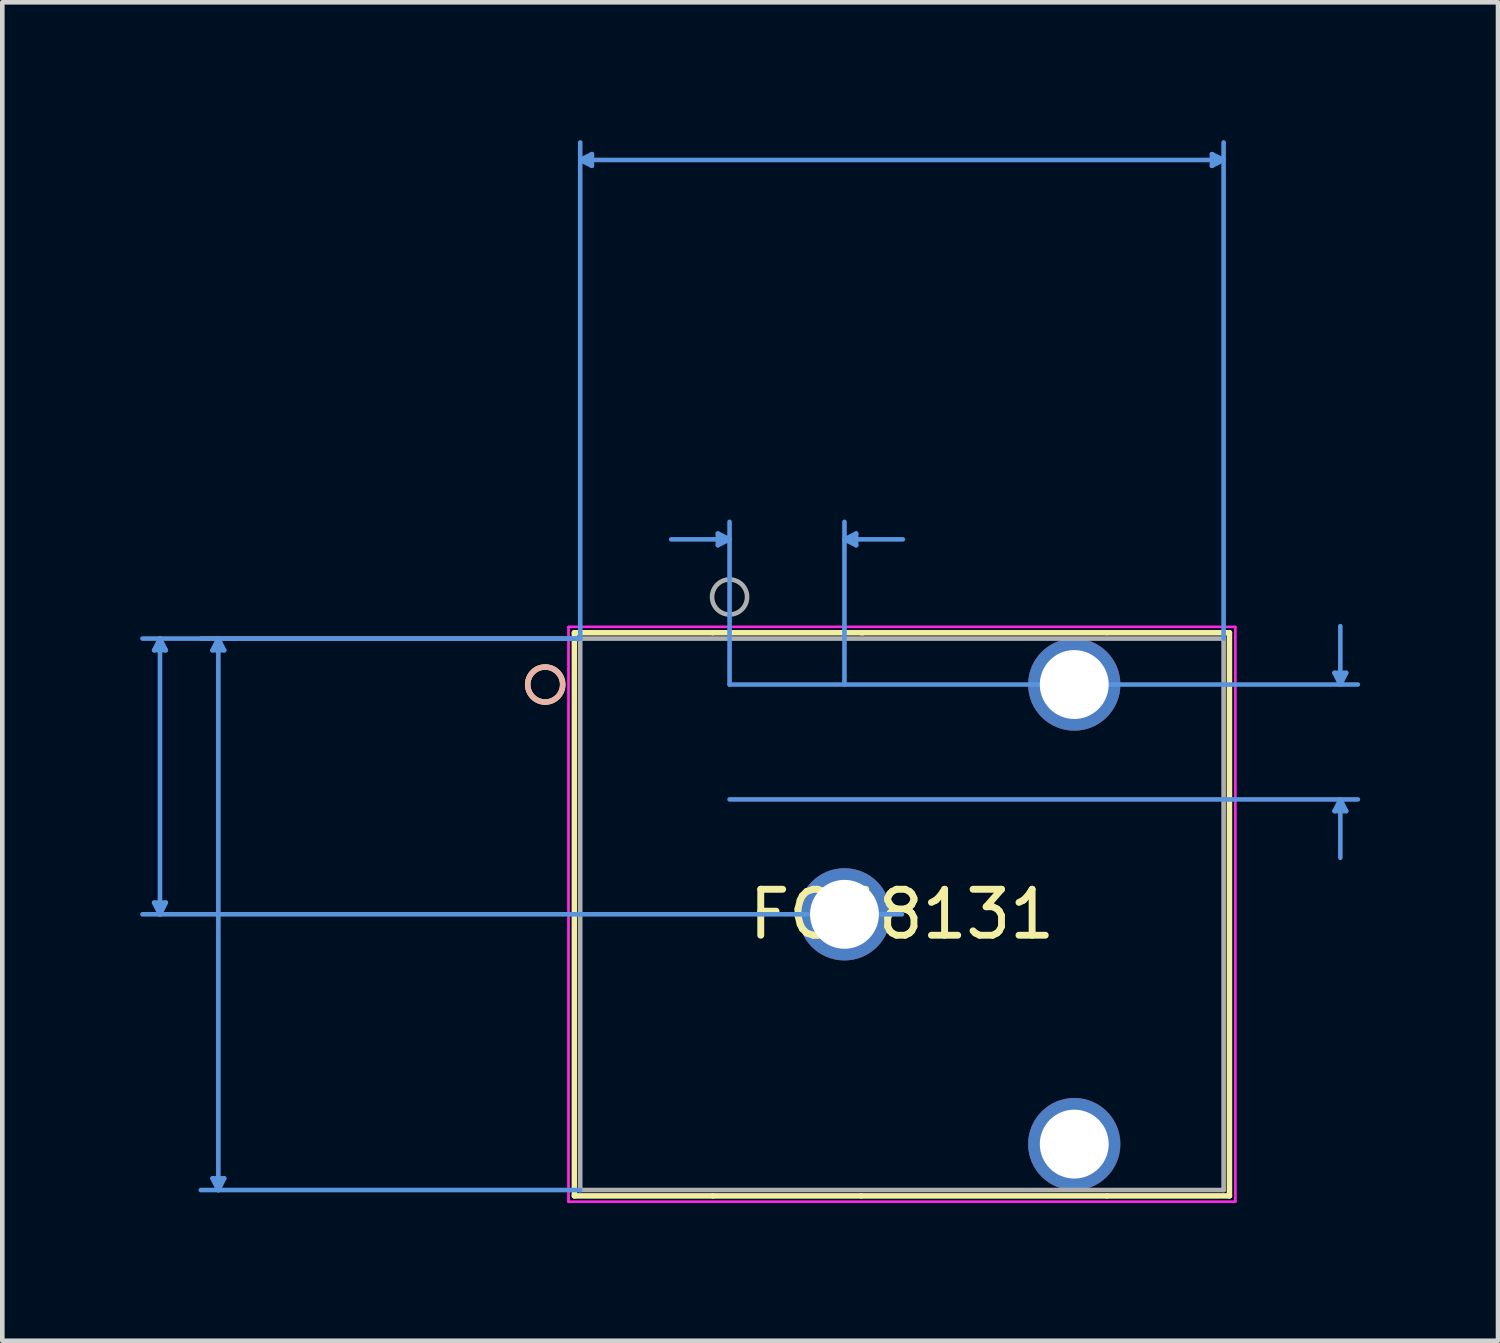
<source format=kicad_pcb>
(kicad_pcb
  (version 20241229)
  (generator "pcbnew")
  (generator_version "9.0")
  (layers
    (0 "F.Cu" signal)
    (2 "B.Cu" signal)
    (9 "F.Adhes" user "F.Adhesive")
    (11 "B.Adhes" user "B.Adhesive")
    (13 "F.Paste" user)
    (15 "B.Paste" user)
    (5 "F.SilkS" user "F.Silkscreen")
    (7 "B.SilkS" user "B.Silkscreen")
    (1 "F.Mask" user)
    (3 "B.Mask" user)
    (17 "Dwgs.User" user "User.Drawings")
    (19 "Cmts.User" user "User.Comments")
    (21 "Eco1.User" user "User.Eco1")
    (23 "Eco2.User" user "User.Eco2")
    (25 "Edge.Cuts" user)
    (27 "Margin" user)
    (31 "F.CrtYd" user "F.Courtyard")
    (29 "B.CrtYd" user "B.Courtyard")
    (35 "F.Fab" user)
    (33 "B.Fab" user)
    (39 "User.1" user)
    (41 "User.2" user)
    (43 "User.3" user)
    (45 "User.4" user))
  (footprint "FC68131"
    (layer "F.Cu")
    (at 12.825 11.845)
    (property "Reference" "FC68131" (at 3.75 5 0) (layer "F.SilkS") (effects (font (size 1 1) (thickness 0.15))))
    (attr through_hole)
    (fp_line (start -3.377 -1.127) (end -3.377 11.127) (stroke (width 0.12) (type solid)) (layer "F.SilkS"))
    (fp_line (start -3.377 11.127) (end -0.362 11.127) (stroke (width 0.12) (type solid)) (layer "F.SilkS"))
    (fp_line (start -0.362 11.127) (end 2.862 11.127) (stroke (width 0.12) (type solid)) (layer "F.SilkS"))
    (fp_line (start -0.362 -1.127) (end -3.377 -1.127) (stroke (width 0.12) (type solid)) (layer "F.SilkS"))
    (fp_line (start 2.862 11.127) (end 8.218 11.127) (stroke (width 0.12) (type solid)) (layer "F.SilkS"))
    (fp_line (start 2.9 -1.127) (end -0.362 -1.127) (stroke (width 0.12) (type solid)) (layer "F.SilkS"))
    (fp_line (start 8.2 -1.127) (end 2.862 -1.127) (stroke (width 0.12) (type solid)) (layer "F.SilkS"))
    (fp_line (start 8.218 11.127) (end 10.877 11.127) (stroke (width 0.12) (type solid)) (layer "F.SilkS"))
    (fp_line (start 10.877 -1.127) (end 8.218 -1.127) (stroke (width 0.12) (type solid)) (layer "F.SilkS"))
    (fp_line (start 10.877 11.127) (end 10.877 -1.127) (stroke (width 0.12) (type solid)) (layer "F.SilkS"))
    (fp_circle (center -4.012 0) (end -3.631 0) (stroke (width 0.12) (type solid)) (fill no) (layer "F.SilkS"))
    (fp_circle (center -4.012 0) (end -3.631 0) (stroke (width 0.12) (type solid)) (fill no) (layer "B.SilkS"))
    (fp_line (start -12.521 -0.746) (end -12.267 -0.746) (stroke (width 0.1) (type solid)) (layer "Cmts.User"))
    (fp_line (start -12.521 4.746) (end -12.267 4.746) (stroke (width 0.1) (type solid)) (layer "Cmts.User"))
    (fp_line (start -12.394 -1) (end -12.521 -0.746) (stroke (width 0.1) (type solid)) (layer "Cmts.User"))
    (fp_line (start -12.394 -1) (end -12.394 5) (stroke (width 0.1) (type solid)) (layer "Cmts.User"))
    (fp_line (start -12.394 -1) (end -12.267 -0.746) (stroke (width 0.1) (type solid)) (layer "Cmts.User"))
    (fp_line (start -12.394 5) (end -12.521 4.746) (stroke (width 0.1) (type solid)) (layer "Cmts.User"))
    (fp_line (start -12.394 5) (end -12.267 4.746) (stroke (width 0.1) (type solid)) (layer "Cmts.User"))
    (fp_line (start -11.251 -0.746) (end -10.997 -0.746) (stroke (width 0.1) (type solid)) (layer "Cmts.User"))
    (fp_line (start -11.251 10.746) (end -10.997 10.746) (stroke (width 0.1) (type solid)) (layer "Cmts.User"))
    (fp_line (start -11.124 -1) (end -11.251 -0.746) (stroke (width 0.1) (type solid)) (layer "Cmts.User"))
    (fp_line (start -11.124 -1) (end -11.124 11) (stroke (width 0.1) (type solid)) (layer "Cmts.User"))
    (fp_line (start -11.124 -1) (end -10.997 -0.746) (stroke (width 0.1) (type solid)) (layer "Cmts.User"))
    (fp_line (start -11.124 11) (end -11.251 10.746) (stroke (width 0.1) (type solid)) (layer "Cmts.User"))
    (fp_line (start -11.124 11) (end -10.997 10.746) (stroke (width 0.1) (type solid)) (layer "Cmts.User"))
    (fp_line (start -3.25 -11.414) (end -2.996 -11.541) (stroke (width 0.1) (type solid)) (layer "Cmts.User"))
    (fp_line (start -3.25 -11.414) (end -2.996 -11.287) (stroke (width 0.1) (type solid)) (layer "Cmts.User"))
    (fp_line (start -3.25 -11.414) (end 10.75 -11.414) (stroke (width 0.1) (type solid)) (layer "Cmts.User"))
    (fp_line (start -3.25 -1) (end -12.775 -1) (stroke (width 0.1) (type solid)) (layer "Cmts.User"))
    (fp_line (start -3.25 -1) (end -11.505 -1) (stroke (width 0.1) (type solid)) (layer "Cmts.User"))
    (fp_line (start -3.25 -1) (end -3.25 -11.795) (stroke (width 0.1) (type solid)) (layer "Cmts.User"))
    (fp_line (start -3.25 11) (end -11.505 11) (stroke (width 0.1) (type solid)) (layer "Cmts.User"))
    (fp_line (start -2.996 -11.541) (end -2.996 -11.287) (stroke (width 0.1) (type solid)) (layer "Cmts.User"))
    (fp_line (start -0.254 -3.286) (end -0.254 -3.032) (stroke (width 0.1) (type solid)) (layer "Cmts.User"))
    (fp_line (start 0 -3.159) (end -1.27 -3.159) (stroke (width 0.1) (type solid)) (layer "Cmts.User"))
    (fp_line (start 0 -3.159) (end -0.254 -3.286) (stroke (width 0.1) (type solid)) (layer "Cmts.User"))
    (fp_line (start 0 -3.159) (end -0.254 -3.032) (stroke (width 0.1) (type solid)) (layer "Cmts.User"))
    (fp_line (start 0 0) (end 0 -3.54) (stroke (width 0.1) (type solid)) (layer "Cmts.User"))
    (fp_line (start 0 0) (end 13.671 0) (stroke (width 0.1) (type solid)) (layer "Cmts.User"))
    (fp_line (start 0 2.5) (end 13.671 2.5) (stroke (width 0.1) (type solid)) (layer "Cmts.User"))
    (fp_line (start 2.5 -3.159) (end 2.754 -3.286) (stroke (width 0.1) (type solid)) (layer "Cmts.User"))
    (fp_line (start 2.5 -3.159) (end 2.754 -3.032) (stroke (width 0.1) (type solid)) (layer "Cmts.User"))
    (fp_line (start 2.5 -3.159) (end 3.77 -3.159) (stroke (width 0.1) (type solid)) (layer "Cmts.User"))
    (fp_line (start 2.5 0) (end 2.5 -3.54) (stroke (width 0.1) (type solid)) (layer "Cmts.User"))
    (fp_line (start 2.754 -3.286) (end 2.754 -3.032) (stroke (width 0.1) (type solid)) (layer "Cmts.User"))
    (fp_line (start 3.75 5) (end -12.775 5) (stroke (width 0.1) (type solid)) (layer "Cmts.User"))
    (fp_line (start 10.496 -11.541) (end 10.496 -11.287) (stroke (width 0.1) (type solid)) (layer "Cmts.User"))
    (fp_line (start 10.75 -11.414) (end 10.496 -11.541) (stroke (width 0.1) (type solid)) (layer "Cmts.User"))
    (fp_line (start 10.75 -11.414) (end 10.496 -11.287) (stroke (width 0.1) (type solid)) (layer "Cmts.User"))
    (fp_line (start 10.75 -1) (end 10.75 -11.795) (stroke (width 0.1) (type solid)) (layer "Cmts.User"))
    (fp_line (start 13.163 -0.254) (end 13.417 -0.254) (stroke (width 0.1) (type solid)) (layer "Cmts.User"))
    (fp_line (start 13.163 2.754) (end 13.417 2.754) (stroke (width 0.1) (type solid)) (layer "Cmts.User"))
    (fp_line (start 13.29 0) (end 13.163 -0.254) (stroke (width 0.1) (type solid)) (layer "Cmts.User"))
    (fp_line (start 13.29 0) (end 13.29 -1.27) (stroke (width 0.1) (type solid)) (layer "Cmts.User"))
    (fp_line (start 13.29 0) (end 13.417 -0.254) (stroke (width 0.1) (type solid)) (layer "Cmts.User"))
    (fp_line (start 13.29 2.5) (end 13.163 2.754) (stroke (width 0.1) (type solid)) (layer "Cmts.User"))
    (fp_line (start 13.29 2.5) (end 13.29 3.77) (stroke (width 0.1) (type solid)) (layer "Cmts.User"))
    (fp_line (start 13.29 2.5) (end 13.417 2.754) (stroke (width 0.1) (type solid)) (layer "Cmts.User"))
    (fp_line (start -3.504 -1.254) (end -3.504 11.254) (stroke (width 0.05) (type solid)) (layer "F.CrtYd"))
    (fp_line (start -3.504 -1.254) (end -3.504 11.254) (stroke (width 0.05) (type solid)) (layer "F.CrtYd"))
    (fp_line (start -3.504 11.254) (end 11.004 11.254) (stroke (width 0.05) (type solid)) (layer "F.CrtYd"))
    (fp_line (start -3.504 11.254) (end 11.004 11.254) (stroke (width 0.05) (type solid)) (layer "F.CrtYd"))
    (fp_line (start 11.004 -1.254) (end -3.504 -1.254) (stroke (width 0.05) (type solid)) (layer "F.CrtYd"))
    (fp_line (start 11.004 -1.254) (end -3.504 -1.254) (stroke (width 0.05) (type solid)) (layer "F.CrtYd"))
    (fp_line (start 11.004 11.254) (end 11.004 -1.254) (stroke (width 0.05) (type solid)) (layer "F.CrtYd"))
    (fp_line (start 11.004 11.254) (end 11.004 -1.254) (stroke (width 0.05) (type solid)) (layer "F.CrtYd"))
    (fp_line (start -3.25 -1) (end -3.25 11) (stroke (width 0.1) (type solid)) (layer "F.Fab"))
    (fp_line (start -3.25 11) (end 10.75 11) (stroke (width 0.1) (type solid)) (layer "F.Fab"))
    (fp_line (start 10.75 -1) (end -3.25 -1) (stroke (width 0.1) (type solid)) (layer "F.Fab"))
    (fp_line (start 10.75 11) (end 10.75 -1) (stroke (width 0.1) (type solid)) (layer "F.Fab"))
    (fp_circle (center 0 -1.905) (end 0.381 -1.905) (stroke (width 0.1) (type solid)) (fill no) (layer "F.Fab"))
    (pad "1" thru_hole circle (at 2.5 5) (size 2.007 2.007) (drill 1.499) (layers "*.Cu" "*.Mask"))
    (pad "2" thru_hole circle (at 7.5 10) (size 2.007 2.007) (drill 1.499) (layers "*.Cu" "*.Mask"))
    (pad "3" thru_hole circle (at 7.5 0) (size 2.007 2.007) (drill 1.499) (layers "*.Cu" "*.Mask")))
  (gr_rect
    (start -3 -3)
    (end 29.546 26.124)
    (stroke (width 0.1) (type default))
    (fill no)
    (layer "Edge.Cuts")))
</source>
